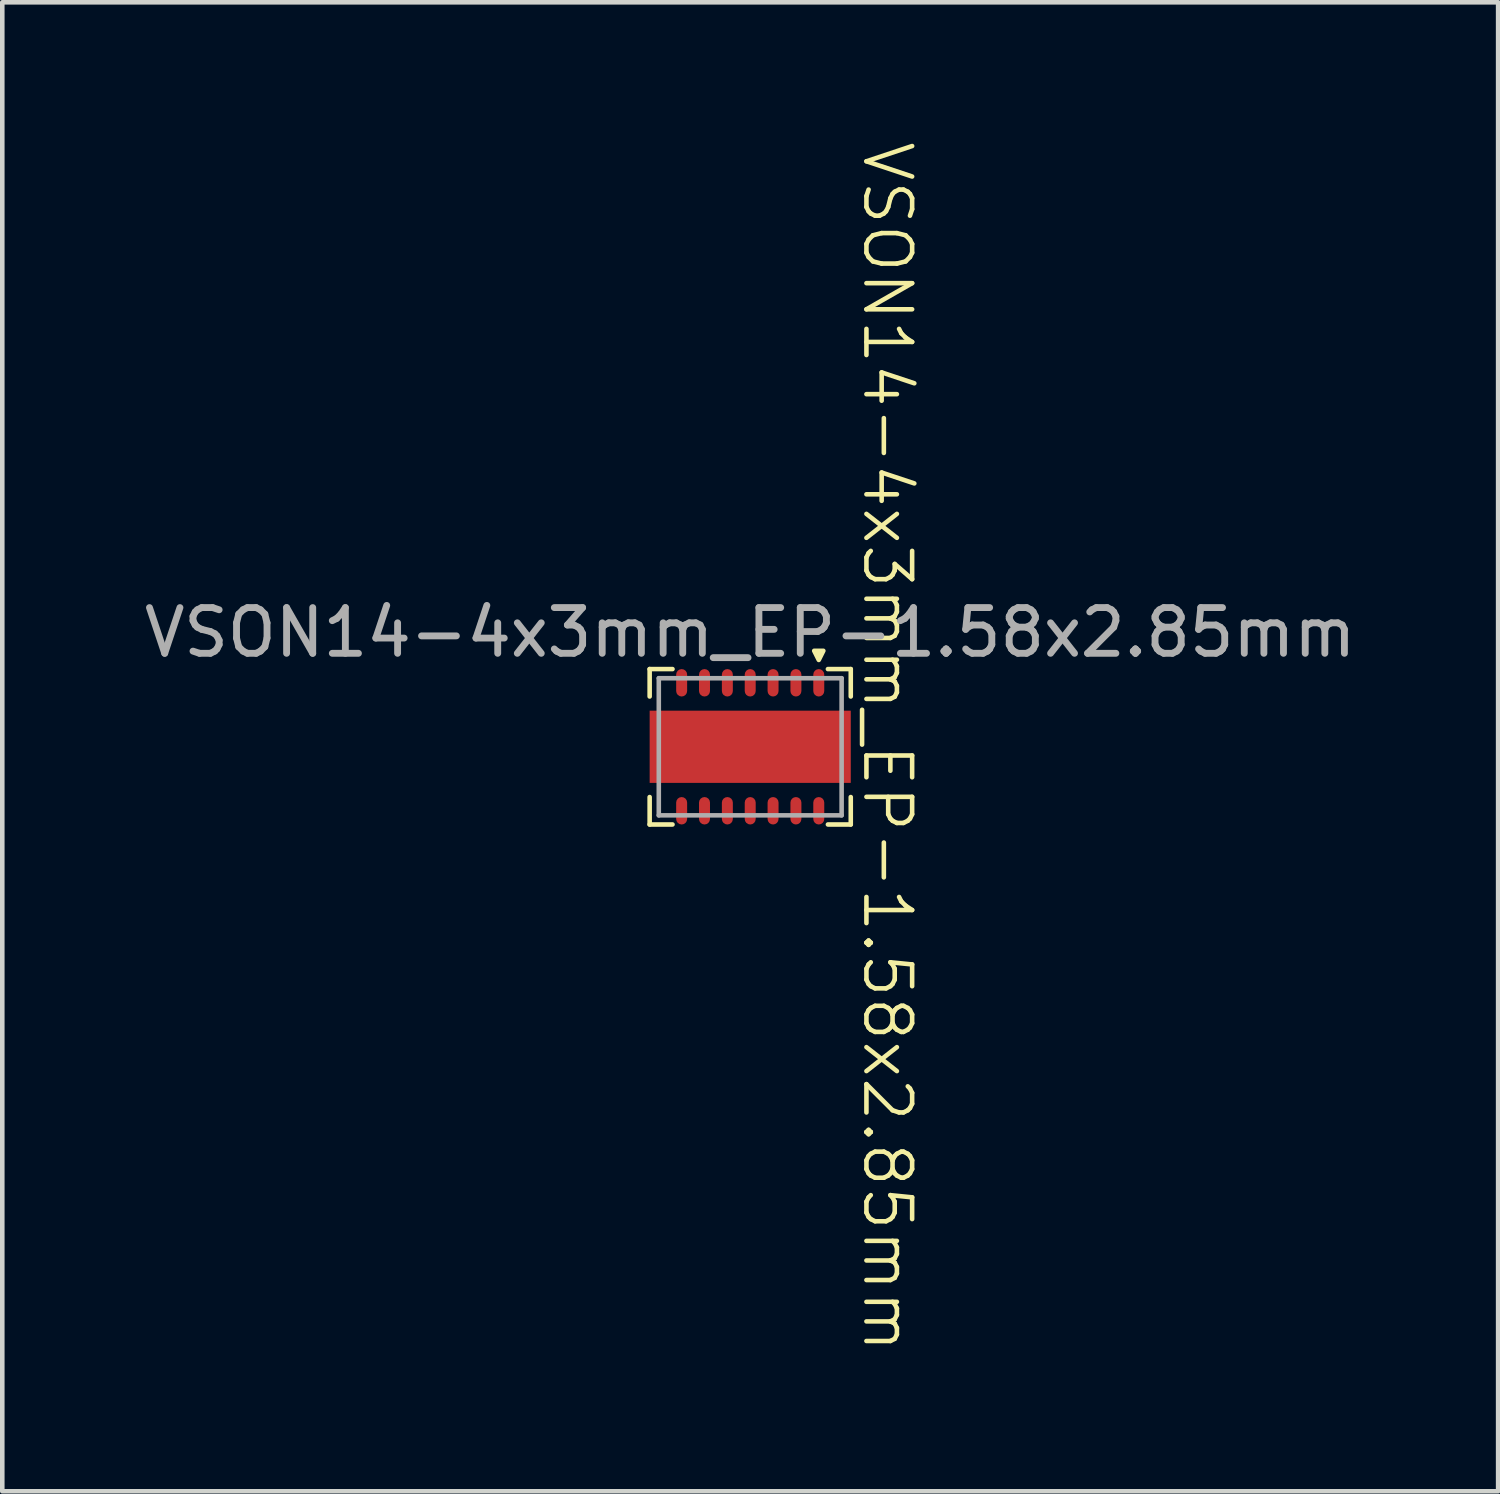
<source format=kicad_pcb>
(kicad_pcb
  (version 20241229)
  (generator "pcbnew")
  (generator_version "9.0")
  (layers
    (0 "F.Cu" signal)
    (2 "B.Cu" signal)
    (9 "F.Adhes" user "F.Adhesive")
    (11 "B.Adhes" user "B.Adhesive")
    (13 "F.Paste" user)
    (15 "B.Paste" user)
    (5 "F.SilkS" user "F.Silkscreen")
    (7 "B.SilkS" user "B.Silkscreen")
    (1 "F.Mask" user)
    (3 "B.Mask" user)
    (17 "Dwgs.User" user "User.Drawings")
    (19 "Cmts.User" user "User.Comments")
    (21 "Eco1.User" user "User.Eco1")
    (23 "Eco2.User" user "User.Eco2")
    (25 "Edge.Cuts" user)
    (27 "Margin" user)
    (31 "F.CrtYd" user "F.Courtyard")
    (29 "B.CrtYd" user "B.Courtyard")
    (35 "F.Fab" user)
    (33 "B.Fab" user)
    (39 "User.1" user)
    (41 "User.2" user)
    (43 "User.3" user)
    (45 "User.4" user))
  (footprint "VSON14-4x3mm_EP-1.58x2.85mm"
    (layer "F.Cu")
    (at 13.363 13.288)
    (property "Reference" "VSON14-4x3mm_EP-1.58x2.85mm" (at 3 0 270) (unlocked yes) (layer "F.SilkS") (effects (font (size 1 1) (thickness 0.1))))
    (attr smd)
    (fp_line (start -2.2 -1.7) (end -2.2 -1.1) (stroke (width 0.1) (type default)) (layer "F.SilkS"))
    (fp_line (start -2.2 1.1) (end -2.2 1.7) (stroke (width 0.1) (type default)) (layer "F.SilkS"))
    (fp_line (start -2.2 1.7) (end -1.7 1.7) (stroke (width 0.1) (type default)) (layer "F.SilkS"))
    (fp_line (start -1.7 -1.7) (end -2.2 -1.7) (stroke (width 0.1) (type default)) (layer "F.SilkS"))
    (fp_line (start 1.7 1.7) (end 2.2 1.7) (stroke (width 0.1) (type default)) (layer "F.SilkS"))
    (fp_line (start 2.2 -1.7) (end 1.7 -1.7) (stroke (width 0.1) (type default)) (layer "F.SilkS"))
    (fp_line (start 2.2 -1.1) (end 2.2 -1.7) (stroke (width 0.1) (type default)) (layer "F.SilkS"))
    (fp_line (start 2.2 1.7) (end 2.2 1.1) (stroke (width 0.1) (type default)) (layer "F.SilkS"))
    (fp_poly (pts (xy 1.5 -1.9) (xy 1.4 -2.1) (xy 1.6 -2.1)) (stroke (width 0.1) (type solid)) (fill yes) (layer "F.SilkS"))
    (fp_line (start -2 -1.5) (end 2 -1.5) (stroke (width 0.1) (type default)) (layer "F.Fab"))
    (fp_line (start -2 1.5) (end -2 -1.5) (stroke (width 0.1) (type default)) (layer "F.Fab"))
    (fp_line (start 2 -1.5) (end 2 1.5) (stroke (width 0.1) (type default)) (layer "F.Fab"))
    (fp_line (start 2 1.5) (end -2 1.5) (stroke (width 0.1) (type default)) (layer "F.Fab"))
    (fp_text user "${REFERENCE}" (at 0 -2.5 0) (unlocked yes) (layer "F.Fab") (effects (font (size 1 1) (thickness 0.15))))
    (pad "1" smd roundrect (at 1.5 -1.4) (size 0.24 0.6) (layers "F.Cu" "F.Mask" "F.Paste") (roundrect_rratio 0.5))
    (pad "2" smd roundrect (at 1 -1.4) (size 0.24 0.6) (layers "F.Cu" "F.Mask" "F.Paste") (roundrect_rratio 0.5))
    (pad "3" smd roundrect (at 0.5 -1.4) (size 0.24 0.6) (layers "F.Cu" "F.Mask" "F.Paste") (roundrect_rratio 0.5))
    (pad "4" smd roundrect (at 0 -1.4) (size 0.24 0.6) (layers "F.Cu" "F.Mask" "F.Paste") (roundrect_rratio 0.5))
    (pad "5" smd roundrect (at -0.5 -1.4) (size 0.24 0.6) (layers "F.Cu" "F.Mask" "F.Paste") (roundrect_rratio 0.5))
    (pad "6" smd roundrect (at -1 -1.4) (size 0.24 0.6) (layers "F.Cu" "F.Mask" "F.Paste") (roundrect_rratio 0.5))
    (pad "7" smd roundrect (at -1.5 -1.4) (size 0.24 0.6) (layers "F.Cu" "F.Mask" "F.Paste") (roundrect_rratio 0.5))
    (pad "8" smd roundrect (at -1.5 1.4) (size 0.24 0.6) (layers "F.Cu" "F.Mask" "F.Paste") (roundrect_rratio 0.5))
    (pad "9" smd roundrect (at -1 1.4) (size 0.24 0.6) (layers "F.Cu" "F.Mask" "F.Paste") (roundrect_rratio 0.5))
    (pad "10" smd roundrect (at -0.5 1.4) (size 0.24 0.6) (layers "F.Cu" "F.Mask" "F.Paste") (roundrect_rratio 0.5))
    (pad "11" smd roundrect (at 0 1.4) (size 0.24 0.6) (layers "F.Cu" "F.Mask" "F.Paste") (roundrect_rratio 0.5))
    (pad "12" smd roundrect (at 0.5 1.4) (size 0.24 0.6) (layers "F.Cu" "F.Mask" "F.Paste") (roundrect_rratio 0.5))
    (pad "13" smd roundrect (at 1 1.4) (size 0.24 0.6) (layers "F.Cu" "F.Mask" "F.Paste") (roundrect_rratio 0.5))
    (pad "14" smd roundrect (at 1.5 1.4) (size 0.24 0.6) (layers "F.Cu" "F.Mask" "F.Paste") (roundrect_rratio 0.5))
    (pad "15" smd rect (at 0 0) (size 4.4 1.58) (layers "F.Cu" "F.Mask" "F.Paste")))
  (gr_rect
    (start -3 -3)
    (end 29.726 29.576)
    (stroke (width 0.1) (type default))
    (fill no)
    (layer "Edge.Cuts")))
</source>
